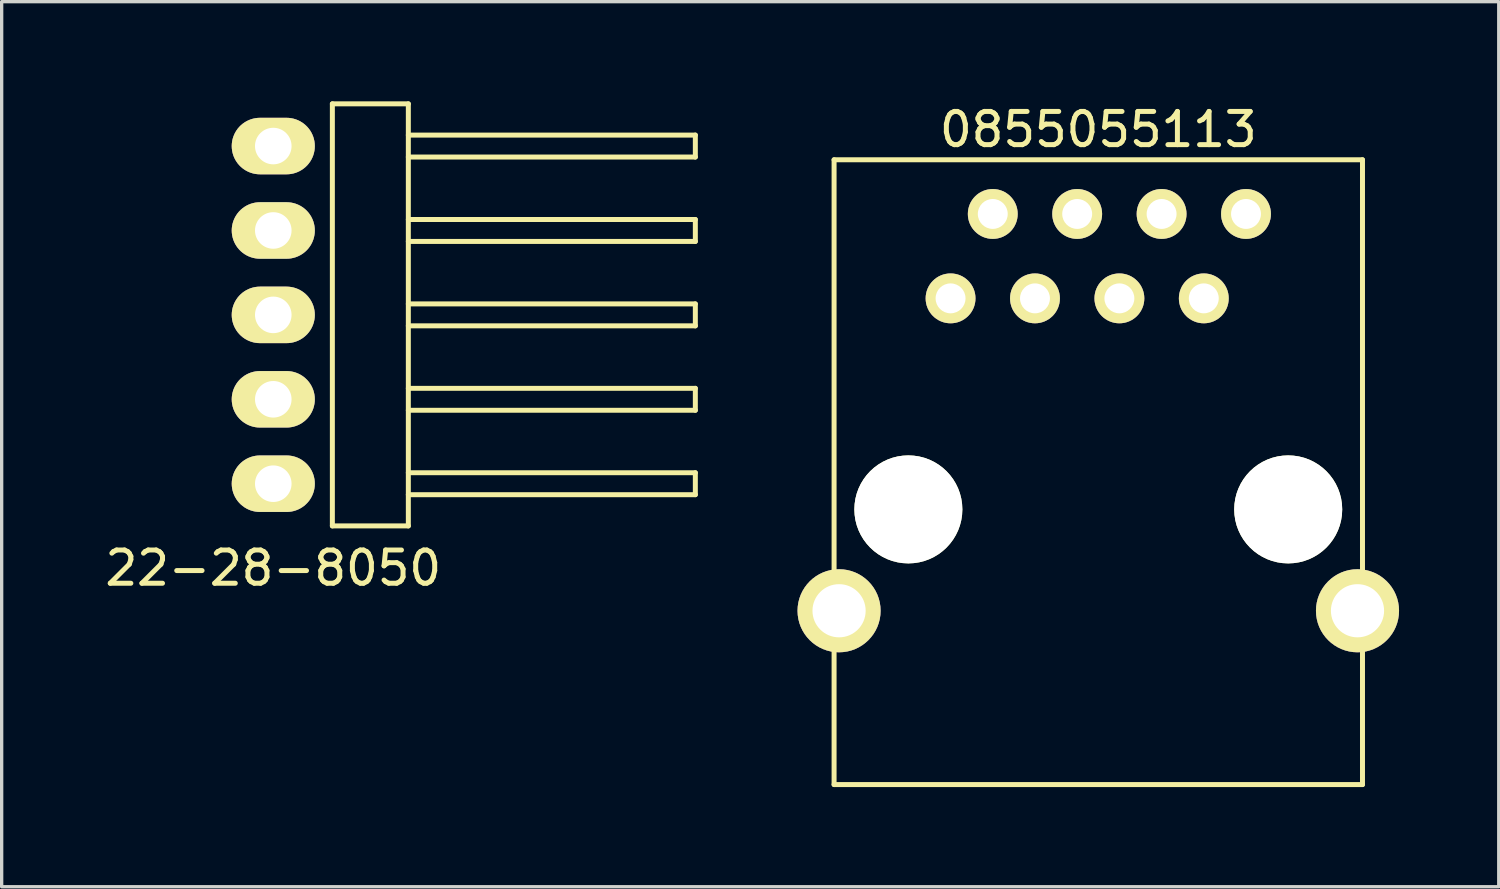
<source format=kicad_pcb>
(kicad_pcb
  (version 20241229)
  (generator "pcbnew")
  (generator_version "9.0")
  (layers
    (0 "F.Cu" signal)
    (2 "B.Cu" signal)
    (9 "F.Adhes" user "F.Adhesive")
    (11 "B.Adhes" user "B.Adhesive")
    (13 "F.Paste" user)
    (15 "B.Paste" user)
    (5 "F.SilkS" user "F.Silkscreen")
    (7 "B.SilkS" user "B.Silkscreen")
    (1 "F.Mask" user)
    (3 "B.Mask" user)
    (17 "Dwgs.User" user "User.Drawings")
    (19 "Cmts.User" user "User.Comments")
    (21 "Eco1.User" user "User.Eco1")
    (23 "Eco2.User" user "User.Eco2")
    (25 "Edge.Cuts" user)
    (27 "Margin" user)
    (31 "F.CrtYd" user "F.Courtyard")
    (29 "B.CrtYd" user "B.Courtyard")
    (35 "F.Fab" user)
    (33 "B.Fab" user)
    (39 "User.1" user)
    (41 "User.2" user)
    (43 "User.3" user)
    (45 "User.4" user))
  (footprint "0855055113"
    (layer "F.Cu")
    (at 29.998 12.278)
    (property "Reference" "0855055113" (at 0 -11.43 0) (layer "F.SilkS") (effects (font (size 1 1) (thickness 0.15))))
    (attr through_hole)
    (fp_line (start -7.95 -10.52) (end -7.95 8.28) (stroke (width 0.15) (type solid)) (layer "F.SilkS"))
    (fp_line (start -7.95 8.28) (end 7.95 8.28) (stroke (width 0.15) (type solid)) (layer "F.SilkS"))
    (fp_line (start 7.95 -10.52) (end -7.95 -10.52) (stroke (width 0.15) (type solid)) (layer "F.SilkS"))
    (fp_line (start 7.95 8.28) (end 7.95 -10.52) (stroke (width 0.15) (type solid)) (layer "F.SilkS"))
    (pad "" np_thru_hole circle (at -5.715 0) (size 3.25 3.25) (drill 3.25) (layers "*.Cu" "*.Mask" "F.SilkS"))
    (pad "" np_thru_hole circle (at 5.715 0) (size 3.25 3.25) (drill 3.25) (layers "*.Cu" "*.Mask" "F.SilkS"))
    (pad "1" thru_hole circle (at -4.445 -6.35) (size 1.5 1.5) (drill 0.9) (layers "*.Cu" "*.Mask" "F.SilkS"))
    (pad "2" thru_hole circle (at -3.175 -8.89) (size 1.5 1.5) (drill 0.9) (layers "*.Cu" "*.Mask" "F.SilkS"))
    (pad "3" thru_hole circle (at -1.905 -6.35) (size 1.5 1.5) (drill 0.9) (layers "*.Cu" "*.Mask" "F.SilkS"))
    (pad "4" thru_hole circle (at -0.635 -8.89) (size 1.5 1.5) (drill 0.9) (layers "*.Cu" "*.Mask" "F.SilkS"))
    (pad "5" thru_hole circle (at 0.635 -6.35) (size 1.5 1.5) (drill 0.9) (layers "*.Cu" "*.Mask" "F.SilkS"))
    (pad "6" thru_hole circle (at 1.905 -8.89) (size 1.5 1.5) (drill 0.9) (layers "*.Cu" "*.Mask" "F.SilkS"))
    (pad "7" thru_hole circle (at 3.175 -6.35) (size 1.5 1.5) (drill 0.9) (layers "*.Cu" "*.Mask" "F.SilkS"))
    (pad "8" thru_hole circle (at 4.445 -8.89) (size 1.5 1.5) (drill 0.9) (layers "*.Cu" "*.Mask" "F.SilkS"))
    (pad "9" thru_hole circle (at -7.8 3.05) (size 2.5 2.5) (drill 1.6) (layers "*.Cu" "*.Mask" "F.SilkS"))
    (pad "9" thru_hole circle (at 7.8 3.05) (size 2.5 2.5) (drill 1.6) (layers "*.Cu" "*.Mask" "F.SilkS")))
  (footprint "22-28-8050"
    (layer "F.Cu")
    (at 5.173 6.425)
    (property "Reference" "22-28-8050" (at 0 7.62 0) (layer "F.SilkS") (effects (font (size 1 1) (thickness 0.15))))
    (attr through_hole)
    (fp_line (start 1.778 -6.35) (end 4.064 -6.35) (stroke (width 0.15) (type solid)) (layer "F.SilkS"))
    (fp_line (start 1.778 6.35) (end 1.778 -6.35) (stroke (width 0.15) (type solid)) (layer "F.SilkS"))
    (fp_line (start 4.064 -6.35) (end 4.064 6.35) (stroke (width 0.15) (type solid)) (layer "F.SilkS"))
    (fp_line (start 4.064 -5.41) (end 12.7 -5.41) (stroke (width 0.15) (type solid)) (layer "F.SilkS"))
    (fp_line (start 4.064 -2.87) (end 12.7 -2.87) (stroke (width 0.15) (type solid)) (layer "F.SilkS"))
    (fp_line (start 4.064 -0.33) (end 12.7 -0.33) (stroke (width 0.15) (type solid)) (layer "F.SilkS"))
    (fp_line (start 4.064 2.21) (end 12.7 2.21) (stroke (width 0.15) (type solid)) (layer "F.SilkS"))
    (fp_line (start 4.064 4.75) (end 12.7 4.75) (stroke (width 0.15) (type solid)) (layer "F.SilkS"))
    (fp_line (start 4.064 6.35) (end 1.778 6.35) (stroke (width 0.15) (type solid)) (layer "F.SilkS"))
    (fp_line (start 12.7 -5.41) (end 12.7 -4.75) (stroke (width 0.15) (type solid)) (layer "F.SilkS"))
    (fp_line (start 12.7 -4.75) (end 4.064 -4.75) (stroke (width 0.15) (type solid)) (layer "F.SilkS"))
    (fp_line (start 12.7 -2.87) (end 12.7 -2.21) (stroke (width 0.15) (type solid)) (layer "F.SilkS"))
    (fp_line (start 12.7 -2.21) (end 4.064 -2.21) (stroke (width 0.15) (type solid)) (layer "F.SilkS"))
    (fp_line (start 12.7 -0.33) (end 12.7 0.33) (stroke (width 0.15) (type solid)) (layer "F.SilkS"))
    (fp_line (start 12.7 0.33) (end 4.064 0.33) (stroke (width 0.15) (type solid)) (layer "F.SilkS"))
    (fp_line (start 12.7 2.21) (end 12.7 2.87) (stroke (width 0.15) (type solid)) (layer "F.SilkS"))
    (fp_line (start 12.7 2.87) (end 4.064 2.87) (stroke (width 0.15) (type solid)) (layer "F.SilkS"))
    (fp_line (start 12.7 4.75) (end 12.7 5.41) (stroke (width 0.15) (type solid)) (layer "F.SilkS"))
    (fp_line (start 12.7 5.41) (end 4.064 5.41) (stroke (width 0.15) (type solid)) (layer "F.SilkS"))
    (pad "1" thru_hole oval (at 0 5.08) (size 2.5 1.7) (drill 1.1) (layers "*.Cu" "*.Mask" "F.SilkS"))
    (pad "2" thru_hole oval (at 0 2.54) (size 2.5 1.7) (drill 1.1) (layers "*.Cu" "*.Mask" "F.SilkS"))
    (pad "3" thru_hole oval (at 0 0) (size 2.5 1.7) (drill 1.1) (layers "*.Cu" "*.Mask" "F.SilkS"))
    (pad "4" thru_hole oval (at 0 -2.54) (size 2.5 1.7) (drill 1.1) (layers "*.Cu" "*.Mask" "F.SilkS"))
    (pad "5" thru_hole oval (at 0 -5.08) (size 2.5 1.7) (drill 1.1) (layers "*.Cu" "*.Mask" "F.SilkS")))
  (gr_rect
    (start -3 -3)
    (end 42.048 23.633)
    (stroke (width 0.1) (type default))
    (fill no)
    (layer "Edge.Cuts")))
</source>
